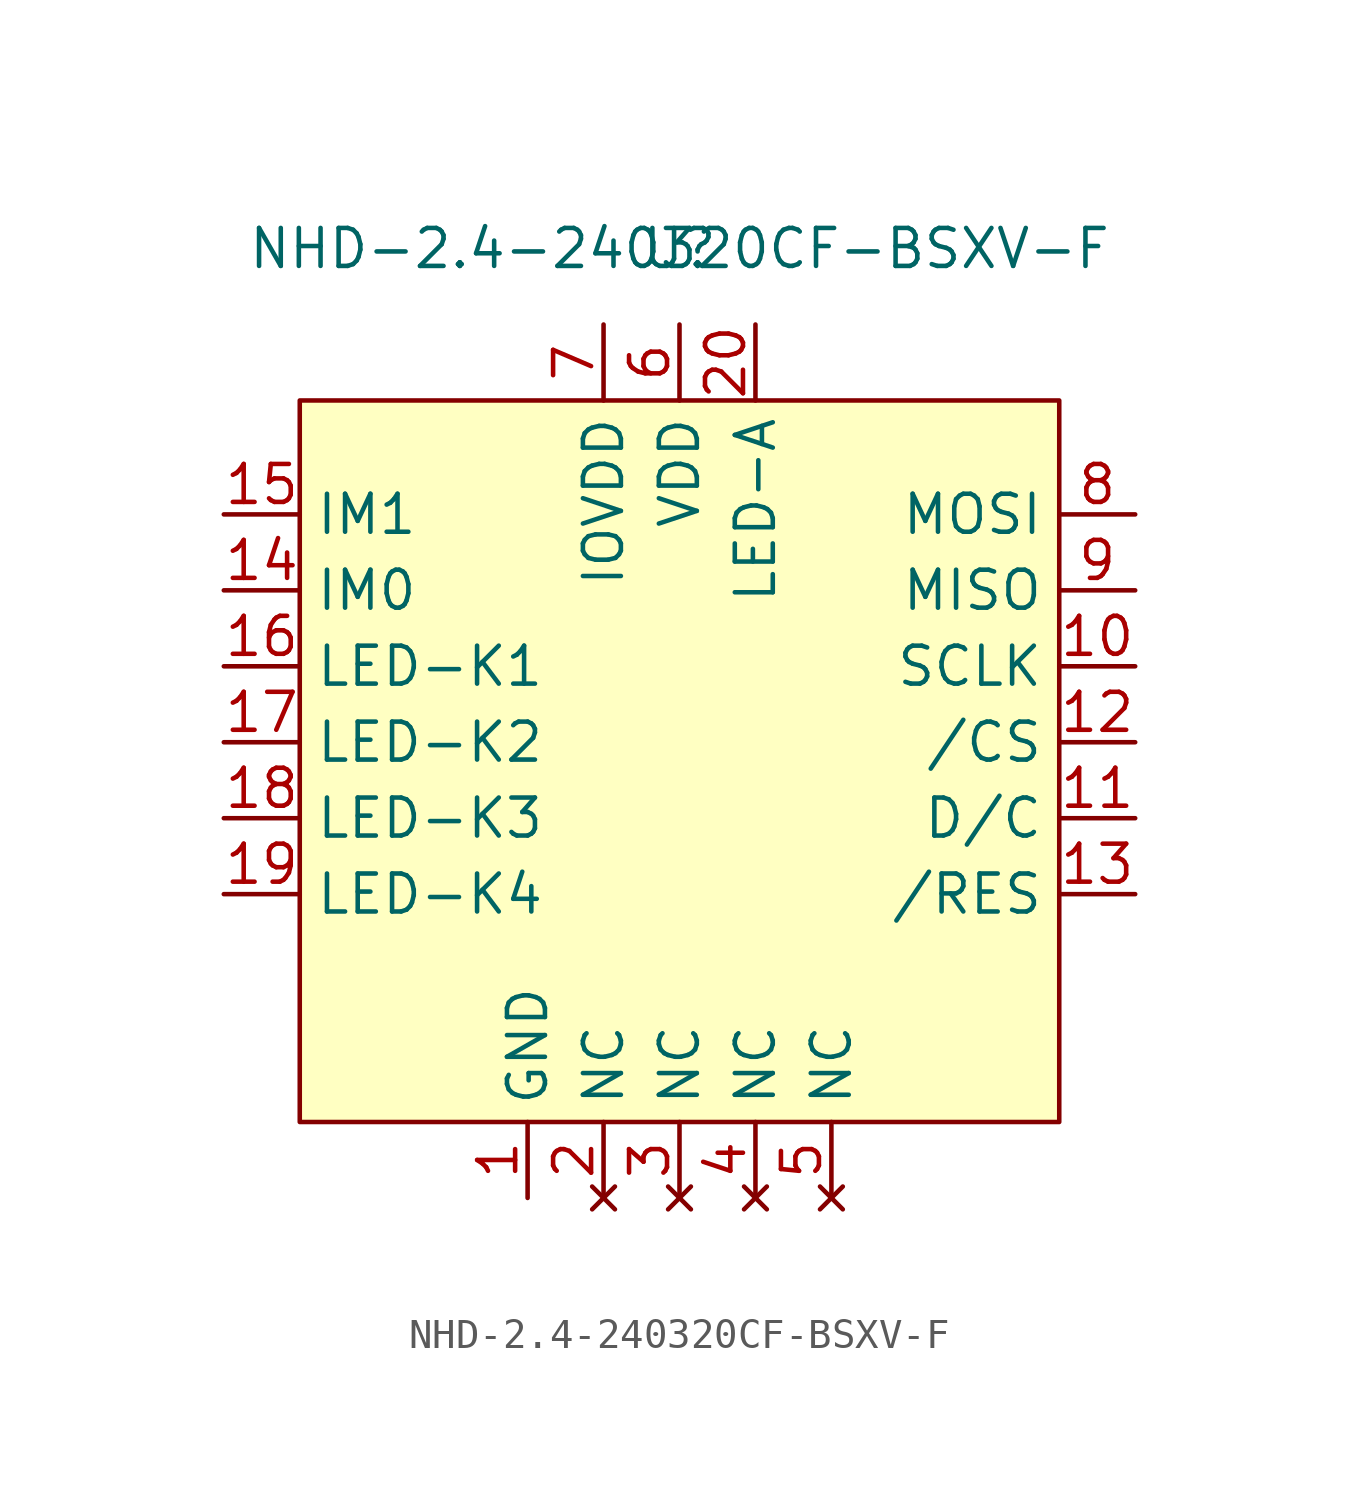
<source format=kicad_sym>
(kicad_symbol_lib
  (version 20220914)
  (generator kicad_symbol_editor)
  (symbol "NHD-2.4-240320CF-BSXV-F"
    (property "Reference" "U"
      (at 0 16.51 0)
      (effects (font (size 1.27 1.27))))
    (property "Value" "NHD-2.4-240320CF-BSXV-F"
      (at 0 16.51 0)
      (effects (font (size 1.27 1.27))))
    (symbol "NHD-2.4-240320CF-BSXV-F_1_1"
      (rectangle (start -12.7 11.43) (end 12.7 -12.7) (stroke (width 0) (type default)) (fill (type background)))
      (pin power_in line (at -5.08 -15.24 90) (length 2.54) (name "GND" (effects (font (size 1.27 1.27)))) (number "1" (effects (font (size 1.27 1.27)))))
      (pin bidirectional line (at 15.24 2.54 180) (length 2.54) (name "SCLK" (effects (font (size 1.27 1.27)))) (number "10" (effects (font (size 1.27 1.27)))))
      (pin input line (at 15.24 -2.54 180) (length 2.54) (name "D/C" (effects (font (size 1.27 1.27)))) (number "11" (effects (font (size 1.27 1.27)))))
      (pin input line (at 15.24 0 180) (length 2.54) (name "/CS" (effects (font (size 1.27 1.27)))) (number "12" (effects (font (size 1.27 1.27)))))
      (pin input line (at 15.24 -5.08 180) (length 2.54) (name "/RES" (effects (font (size 1.27 1.27)))) (number "13" (effects (font (size 1.27 1.27)))))
      (pin input line (at -15.24 5.08 0) (length 2.54) (name "IM0" (effects (font (size 1.27 1.27)))) (number "14" (effects (font (size 1.27 1.27)))))
      (pin input line (at -15.24 7.62 0) (length 2.54) (name "IM1" (effects (font (size 1.27 1.27)))) (number "15" (effects (font (size 1.27 1.27)))))
      (pin power_in line (at -15.24 2.54 0) (length 2.54) (name "LED-K1" (effects (font (size 1.27 1.27)))) (number "16" (effects (font (size 1.27 1.27)))))
      (pin power_in line (at -15.24 0 0) (length 2.54) (name "LED-K2" (effects (font (size 1.27 1.27)))) (number "17" (effects (font (size 1.27 1.27)))))
      (pin power_in line (at -15.24 -2.54 0) (length 2.54) (name "LED-K3" (effects (font (size 1.27 1.27)))) (number "18" (effects (font (size 1.27 1.27)))))
      (pin power_in line (at -15.24 -5.08 0) (length 2.54) (name "LED-K4" (effects (font (size 1.27 1.27)))) (number "19" (effects (font (size 1.27 1.27)))))
      (pin no_connect line (at -2.54 -15.24 90) (length 2.54) (name "NC" (effects (font (size 1.27 1.27)))) (number "2" (effects (font (size 1.27 1.27)))))
      (pin power_in line (at 2.54 13.97 270) (length 2.54) (name "LED-A" (effects (font (size 1.27 1.27)))) (number "20" (effects (font (size 1.27 1.27)))))
      (pin no_connect line (at 0 -15.24 90) (length 2.54) (name "NC" (effects (font (size 1.27 1.27)))) (number "3" (effects (font (size 1.27 1.27)))))
      (pin no_connect line (at 2.54 -15.24 90) (length 2.54) (name "NC" (effects (font (size 1.27 1.27)))) (number "4" (effects (font (size 1.27 1.27)))))
      (pin no_connect line (at 5.08 -15.24 90) (length 2.54) (name "NC" (effects (font (size 1.27 1.27)))) (number "5" (effects (font (size 1.27 1.27)))))
      (pin power_in line (at 0 13.97 270) (length 2.54) (name "VDD" (effects (font (size 1.27 1.27)))) (number "6" (effects (font (size 1.27 1.27)))))
      (pin power_in line (at -2.54 13.97 270) (length 2.54) (name "IOVDD" (effects (font (size 1.27 1.27)))) (number "7" (effects (font (size 1.27 1.27)))))
      (pin bidirectional line (at 15.24 7.62 180) (length 2.54) (name "MOSI" (effects (font (size 1.27 1.27)))) (number "8" (effects (font (size 1.27 1.27)))))
      (pin bidirectional line (at 15.24 5.08 180) (length 2.54) (name "MISO" (effects (font (size 1.27 1.27)))) (number "9" (effects (font (size 1.27 1.27))))))))
</source>
